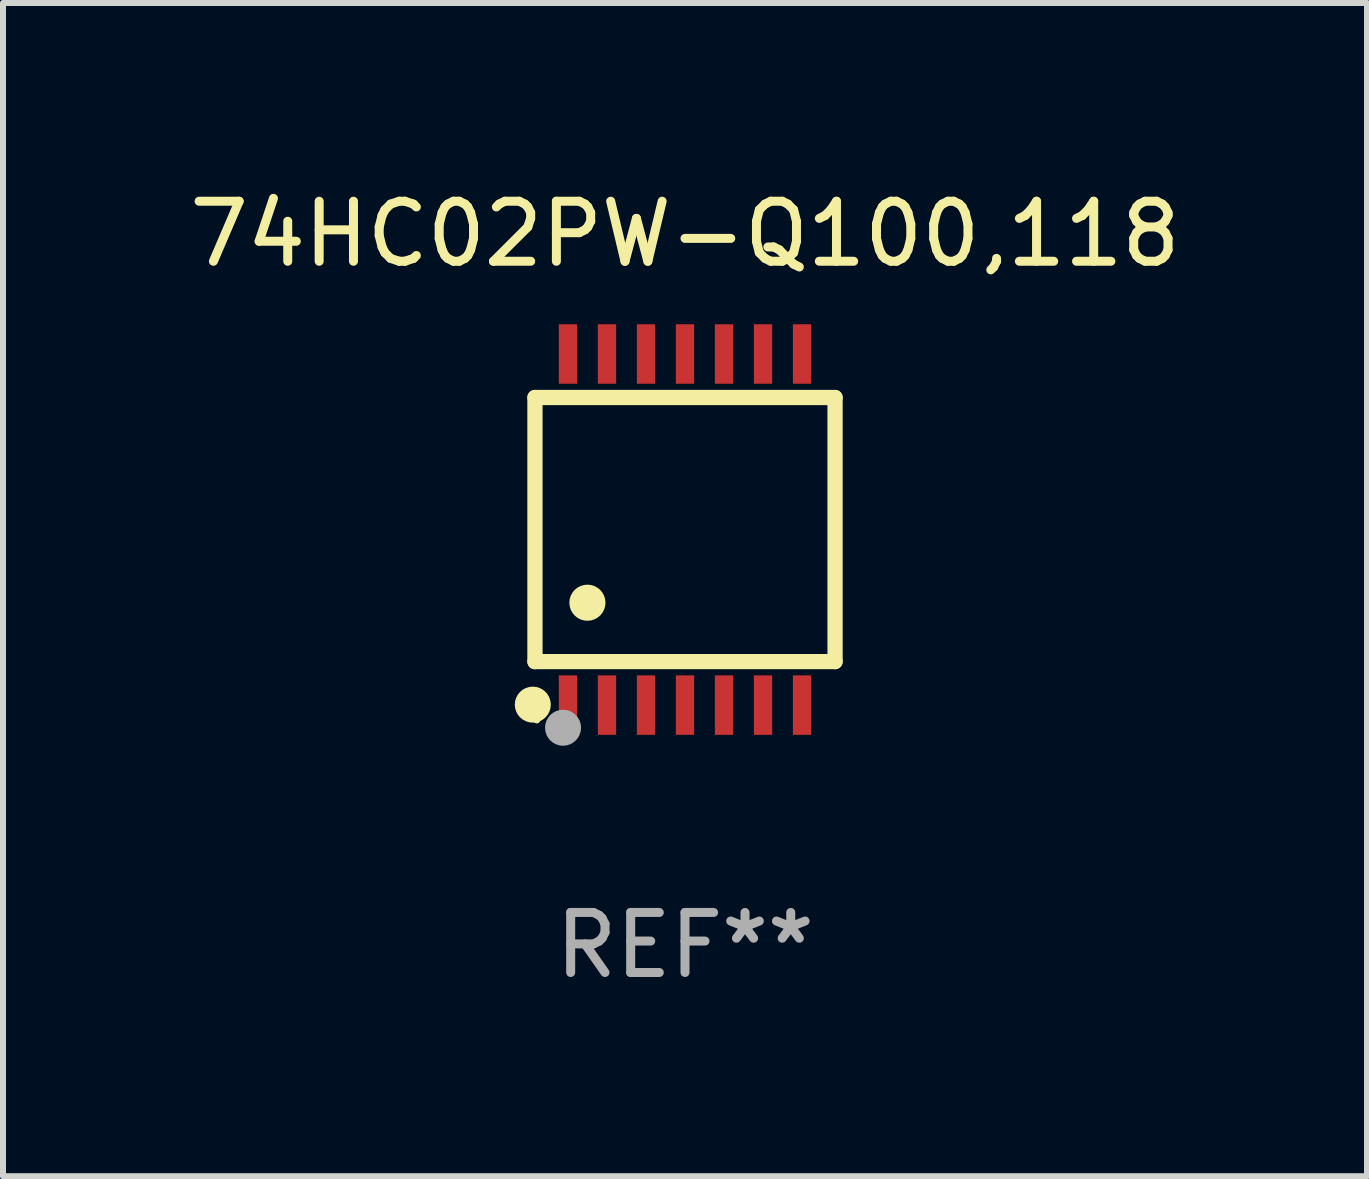
<source format=kicad_pcb>
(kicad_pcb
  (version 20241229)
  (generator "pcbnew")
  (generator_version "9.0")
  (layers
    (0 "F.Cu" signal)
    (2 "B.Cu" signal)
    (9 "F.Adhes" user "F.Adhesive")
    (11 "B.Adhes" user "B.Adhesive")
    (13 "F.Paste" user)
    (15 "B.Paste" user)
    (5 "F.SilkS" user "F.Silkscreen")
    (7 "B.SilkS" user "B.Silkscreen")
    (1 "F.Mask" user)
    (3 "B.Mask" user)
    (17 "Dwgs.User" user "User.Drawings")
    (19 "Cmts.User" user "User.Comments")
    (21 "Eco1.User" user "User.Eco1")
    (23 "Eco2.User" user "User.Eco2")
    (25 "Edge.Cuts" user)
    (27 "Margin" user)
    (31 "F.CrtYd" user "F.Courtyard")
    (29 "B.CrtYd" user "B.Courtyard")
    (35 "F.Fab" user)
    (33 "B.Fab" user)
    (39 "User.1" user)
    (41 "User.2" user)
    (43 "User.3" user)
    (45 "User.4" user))
  (footprint "74HC02PW-Q100,118"
    (layer "F.Cu")
    (at 8.363 5.773)
    (property "Reference" "74HC02PW-Q100,118" (at 0 -4.925 0) (layer "F.SilkS") (effects (font (size 1 1) (thickness 0.15))))
    (attr through_hole)
    (fp_line (start -2.5 2.2) (end -2.5 -2.2) (stroke (width 0.254) (type solid)) (layer "F.SilkS"))
    (fp_line (start -2.5 2.2) (end 2.5 2.2) (stroke (width 0.254) (type solid)) (layer "F.SilkS"))
    (fp_line (start 2.5 -2.2) (end -2.5 -2.2) (stroke (width 0.254) (type solid)) (layer "F.SilkS"))
    (fp_line (start 2.5 -2.2) (end 2.5 2.2) (stroke (width 0.254) (type solid)) (layer "F.SilkS"))
    (fp_circle (center -2.536 2.917) (end -2.386 2.917) (stroke (width 0.3) (type solid)) (fill no) (layer "F.SilkS"))
    (fp_circle (center -2.47 3.17) (end -2.44 3.17) (stroke (width 0.06) (type solid)) (fill no) (layer "F.SilkS"))
    (fp_circle (center -1.626 1.219) (end -1.475 1.219) (stroke (width 0.3) (type solid)) (fill no) (layer "F.SilkS"))
    (fp_circle (center -2.032 3.302) (end -1.882 3.302) (stroke (width 0.3) (type solid)) (fill no) (layer "F.Fab"))
    (fp_text user "REF**" (at 0 6.925 0) (layer "F.Fab") (effects (font (size 1 1) (thickness 0.15))))
    (pad "1" smd rect (at -1.95 2.925) (size 0.305 0.991) (layers "F.Cu" "F.Mask" "F.Paste"))
    (pad "2" smd rect (at -1.3 2.925) (size 0.305 0.991) (layers "F.Cu" "F.Mask" "F.Paste"))
    (pad "3" smd rect (at -0.65 2.925) (size 0.305 0.991) (layers "F.Cu" "F.Mask" "F.Paste"))
    (pad "4" smd rect (at 0 2.925) (size 0.305 0.991) (layers "F.Cu" "F.Mask" "F.Paste"))
    (pad "5" smd rect (at 0.65 2.925) (size 0.305 0.991) (layers "F.Cu" "F.Mask" "F.Paste"))
    (pad "6" smd rect (at 1.3 2.925) (size 0.305 0.991) (layers "F.Cu" "F.Mask" "F.Paste"))
    (pad "7" smd rect (at 1.95 2.925) (size 0.305 0.991) (layers "F.Cu" "F.Mask" "F.Paste"))
    (pad "8" smd rect (at 1.95 -2.925) (size 0.305 0.991) (layers "F.Cu" "F.Mask" "F.Paste"))
    (pad "9" smd rect (at 1.3 -2.925) (size 0.305 0.991) (layers "F.Cu" "F.Mask" "F.Paste"))
    (pad "10" smd rect (at 0.65 -2.925) (size 0.305 0.991) (layers "F.Cu" "F.Mask" "F.Paste"))
    (pad "11" smd rect (at 0 -2.925) (size 0.305 0.991) (layers "F.Cu" "F.Mask" "F.Paste"))
    (pad "12" smd rect (at -0.65 -2.925) (size 0.305 0.991) (layers "F.Cu" "F.Mask" "F.Paste"))
    (pad "13" smd rect (at -1.3 -2.925) (size 0.305 0.991) (layers "F.Cu" "F.Mask" "F.Paste"))
    (pad "14" smd rect (at -1.95 -2.925) (size 0.305 0.991) (layers "F.Cu" "F.Mask" "F.Paste")))
  (gr_rect
    (start -3 -3)
    (end 19.726 16.547)
    (stroke (width 0.1) (type default))
    (fill no)
    (layer "Edge.Cuts")))
</source>
